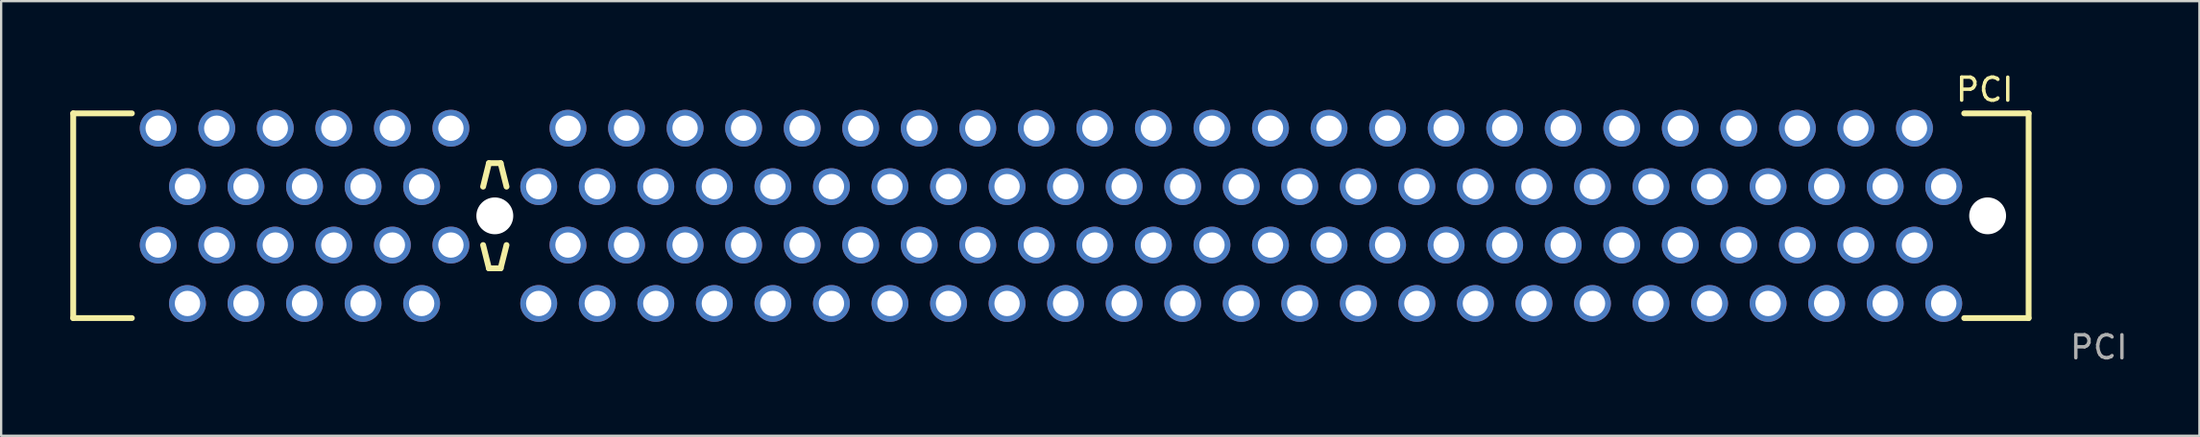
<source format=kicad_pcb>
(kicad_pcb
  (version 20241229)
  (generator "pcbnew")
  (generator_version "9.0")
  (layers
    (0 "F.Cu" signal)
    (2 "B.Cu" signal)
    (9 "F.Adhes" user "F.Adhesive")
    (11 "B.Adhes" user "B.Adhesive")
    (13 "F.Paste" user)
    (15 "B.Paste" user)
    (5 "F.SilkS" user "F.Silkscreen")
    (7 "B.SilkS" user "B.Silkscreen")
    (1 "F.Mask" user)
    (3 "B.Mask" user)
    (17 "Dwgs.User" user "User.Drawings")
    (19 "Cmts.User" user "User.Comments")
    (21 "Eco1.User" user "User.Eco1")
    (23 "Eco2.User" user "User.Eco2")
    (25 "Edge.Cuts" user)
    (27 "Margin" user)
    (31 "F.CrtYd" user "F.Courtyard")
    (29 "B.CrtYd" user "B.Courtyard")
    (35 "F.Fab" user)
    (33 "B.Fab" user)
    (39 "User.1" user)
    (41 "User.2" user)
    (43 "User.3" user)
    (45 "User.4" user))
  (footprint "PCI"
    (layer "F.Cu")
    (at 81.284 10.144)
    (property "Reference" "PCI" (at 1.778 -9.295 0) (unlocked yes) (layer "F.SilkS") (effects (font (size 1 1) (thickness 0.15))))
    (attr through_hole)
    (fp_line (start -81.157 0.635) (end -81.157 -8.265) (stroke (width 0.254) (type solid)) (layer "F.SilkS"))
    (fp_line (start -81.157 0.635) (end -78.613 0.635) (stroke (width 0.254) (type solid)) (layer "F.SilkS"))
    (fp_line (start -78.613 -8.265) (end -81.157 -8.265) (stroke (width 0.254) (type solid)) (layer "F.SilkS"))
    (fp_line (start -63.373 -2.54) (end -63.121 -1.529) (stroke (width 0.254) (type solid)) (layer "F.SilkS"))
    (fp_line (start -63.121 -6.101) (end -63.373 -5.08) (stroke (width 0.254) (type solid)) (layer "F.SilkS"))
    (fp_line (start -63.121 -6.101) (end -62.613 -6.101) (stroke (width 0.254) (type solid)) (layer "F.SilkS"))
    (fp_line (start -62.613 -1.529) (end -63.121 -1.529) (stroke (width 0.254) (type solid)) (layer "F.SilkS"))
    (fp_line (start -62.613 -1.529) (end -62.357 -2.54) (stroke (width 0.254) (type solid)) (layer "F.SilkS"))
    (fp_line (start -62.357 -5.08) (end -62.613 -6.101) (stroke (width 0.254) (type solid)) (layer "F.SilkS"))
    (fp_line (start 0.889 -8.265) (end 3.683 -8.265) (stroke (width 0.254) (type solid)) (layer "F.SilkS"))
    (fp_line (start 0.889 0.635) (end 3.683 0.635) (stroke (width 0.254) (type solid)) (layer "F.SilkS"))
    (fp_line (start 3.683 -8.265) (end 3.683 0.635) (stroke (width 0.254) (type solid)) (layer "F.SilkS"))
    (fp_text user "${REFERENCE}" (at 6.731 1.905 0) (unlocked yes) (layer "F.Fab") (effects (font (size 1 1) (thickness 0.15))))
    (pad "" np_thru_hole circle (at -62.865 -3.81) (size 1.6 1.6) (drill 2.47) (layers "*.Cu" "*.Mask"))
    (pad "" np_thru_hole circle (at 1.905 -3.81) (size 1.6 1.6) (drill 2.47) (layers "*.Cu" "*.Mask"))
    (pad "A1" thru_hole circle (at 0 0) (size 1.6 1.6) (drill 1.1) (layers "*.Cu" "*.Mask"))
    (pad "A2" thru_hole circle (at -1.27 -2.54) (size 1.6 1.6) (drill 1.1) (layers "*.Cu" "*.Mask"))
    (pad "A3" thru_hole circle (at -2.54 0) (size 1.6 1.6) (drill 1.1) (layers "*.Cu" "*.Mask"))
    (pad "A4" thru_hole circle (at -3.81 -2.54) (size 1.6 1.6) (drill 1.1) (layers "*.Cu" "*.Mask"))
    (pad "A5" thru_hole circle (at -5.08 0) (size 1.6 1.6) (drill 1.1) (layers "*.Cu" "*.Mask"))
    (pad "A6" thru_hole circle (at -6.35 -2.54) (size 1.6 1.6) (drill 1.1) (layers "*.Cu" "*.Mask"))
    (pad "A7" thru_hole circle (at -7.62 0) (size 1.6 1.6) (drill 1.1) (layers "*.Cu" "*.Mask"))
    (pad "A8" thru_hole circle (at -8.89 -2.54) (size 1.6 1.6) (drill 1.1) (layers "*.Cu" "*.Mask"))
    (pad "A9" thru_hole circle (at -10.16 0) (size 1.6 1.6) (drill 1.1) (layers "*.Cu" "*.Mask"))
    (pad "A10" thru_hole circle (at -11.43 -2.54) (size 1.6 1.6) (drill 1.1) (layers "*.Cu" "*.Mask"))
    (pad "A11" thru_hole circle (at -12.7 0) (size 1.6 1.6) (drill 1.1) (layers "*.Cu" "*.Mask"))
    (pad "A12" thru_hole circle (at -13.97 -2.54) (size 1.6 1.6) (drill 1.1) (layers "*.Cu" "*.Mask"))
    (pad "A13" thru_hole circle (at -15.24 0) (size 1.6 1.6) (drill 1.1) (layers "*.Cu" "*.Mask"))
    (pad "A14" thru_hole circle (at -16.51 -2.54) (size 1.6 1.6) (drill 1.1) (layers "*.Cu" "*.Mask"))
    (pad "A15" thru_hole circle (at -17.78 0) (size 1.6 1.6) (drill 1.1) (layers "*.Cu" "*.Mask"))
    (pad "A16" thru_hole circle (at -19.05 -2.54) (size 1.6 1.6) (drill 1.1) (layers "*.Cu" "*.Mask"))
    (pad "A17" thru_hole circle (at -20.32 0) (size 1.6 1.6) (drill 1.1) (layers "*.Cu" "*.Mask"))
    (pad "A18" thru_hole circle (at -21.59 -2.54) (size 1.6 1.6) (drill 1.1) (layers "*.Cu" "*.Mask"))
    (pad "A19" thru_hole circle (at -22.86 0) (size 1.6 1.6) (drill 1.1) (layers "*.Cu" "*.Mask"))
    (pad "A20" thru_hole circle (at -24.13 -2.54) (size 1.6 1.6) (drill 1.1) (layers "*.Cu" "*.Mask"))
    (pad "A21" thru_hole circle (at -25.4 0) (size 1.6 1.6) (drill 1.1) (layers "*.Cu" "*.Mask"))
    (pad "A22" thru_hole circle (at -26.67 -2.54) (size 1.6 1.6) (drill 1.1) (layers "*.Cu" "*.Mask"))
    (pad "A23" thru_hole circle (at -27.94 0) (size 1.6 1.6) (drill 1.1) (layers "*.Cu" "*.Mask"))
    (pad "A24" thru_hole circle (at -29.21 -2.54) (size 1.6 1.6) (drill 1.1) (layers "*.Cu" "*.Mask"))
    (pad "A25" thru_hole circle (at -30.48 0) (size 1.6 1.6) (drill 1.1) (layers "*.Cu" "*.Mask"))
    (pad "A26" thru_hole circle (at -31.75 -2.54) (size 1.6 1.6) (drill 1.1) (layers "*.Cu" "*.Mask"))
    (pad "A27" thru_hole circle (at -33.02 0) (size 1.6 1.6) (drill 1.1) (layers "*.Cu" "*.Mask"))
    (pad "A28" thru_hole circle (at -34.29 -2.54) (size 1.6 1.6) (drill 1.1) (layers "*.Cu" "*.Mask"))
    (pad "A29" thru_hole circle (at -35.56 0) (size 1.6 1.6) (drill 1.1) (layers "*.Cu" "*.Mask"))
    (pad "A30" thru_hole circle (at -36.83 -2.54) (size 1.6 1.6) (drill 1.1) (layers "*.Cu" "*.Mask"))
    (pad "A31" thru_hole circle (at -38.1 0) (size 1.6 1.6) (drill 1.1) (layers "*.Cu" "*.Mask"))
    (pad "A32" thru_hole circle (at -39.37 -2.54) (size 1.6 1.6) (drill 1.1) (layers "*.Cu" "*.Mask"))
    (pad "A33" thru_hole circle (at -40.64 0) (size 1.6 1.6) (drill 1.1) (layers "*.Cu" "*.Mask"))
    (pad "A34" thru_hole circle (at -41.91 -2.54) (size 1.6 1.6) (drill 1.1) (layers "*.Cu" "*.Mask"))
    (pad "A35" thru_hole circle (at -43.18 0) (size 1.6 1.6) (drill 1.1) (layers "*.Cu" "*.Mask"))
    (pad "A36" thru_hole circle (at -44.45 -2.54) (size 1.6 1.6) (drill 1.1) (layers "*.Cu" "*.Mask"))
    (pad "A37" thru_hole circle (at -45.72 0) (size 1.6 1.6) (drill 1.1) (layers "*.Cu" "*.Mask"))
    (pad "A38" thru_hole circle (at -46.99 -2.54) (size 1.6 1.6) (drill 1.1) (layers "*.Cu" "*.Mask"))
    (pad "A39" thru_hole circle (at -48.26 0) (size 1.6 1.6) (drill 1.1) (layers "*.Cu" "*.Mask"))
    (pad "A40" thru_hole circle (at -49.53 -2.54) (size 1.6 1.6) (drill 1.1) (layers "*.Cu" "*.Mask"))
    (pad "A41" thru_hole circle (at -50.8 0) (size 1.6 1.6) (drill 1.1) (layers "*.Cu" "*.Mask"))
    (pad "A42" thru_hole circle (at -52.07 -2.54) (size 1.6 1.6) (drill 1.1) (layers "*.Cu" "*.Mask"))
    (pad "A43" thru_hole circle (at -53.34 0) (size 1.6 1.6) (drill 1.1) (layers "*.Cu" "*.Mask"))
    (pad "A44" thru_hole circle (at -54.61 -2.54) (size 1.6 1.6) (drill 1.1) (layers "*.Cu" "*.Mask"))
    (pad "A45" thru_hole circle (at -55.88 0) (size 1.6 1.6) (drill 1.1) (layers "*.Cu" "*.Mask"))
    (pad "A46" thru_hole circle (at -57.15 -2.54) (size 1.6 1.6) (drill 1.1) (layers "*.Cu" "*.Mask"))
    (pad "A47" thru_hole circle (at -58.42 0) (size 1.6 1.6) (drill 1.1) (layers "*.Cu" "*.Mask"))
    (pad "A48" thru_hole circle (at -59.69 -2.54) (size 1.6 1.6) (drill 1.1) (layers "*.Cu" "*.Mask"))
    (pad "A49" thru_hole circle (at -60.96 0) (size 1.6 1.6) (drill 1.1) (layers "*.Cu" "*.Mask"))
    (pad "A52" thru_hole circle (at -64.77 -2.54) (size 1.6 1.6) (drill 1.1) (layers "*.Cu" "*.Mask"))
    (pad "A53" thru_hole circle (at -66.04 0) (size 1.6 1.6) (drill 1.1) (layers "*.Cu" "*.Mask"))
    (pad "A54" thru_hole circle (at -67.31 -2.54) (size 1.6 1.6) (drill 1.1) (layers "*.Cu" "*.Mask"))
    (pad "A55" thru_hole circle (at -68.58 0) (size 1.6 1.6) (drill 1.1) (layers "*.Cu" "*.Mask"))
    (pad "A56" thru_hole circle (at -69.85 -2.54) (size 1.6 1.6) (drill 1.1) (layers "*.Cu" "*.Mask"))
    (pad "A57" thru_hole circle (at -71.12 0) (size 1.6 1.6) (drill 1.1) (layers "*.Cu" "*.Mask"))
    (pad "A58" thru_hole circle (at -72.39 -2.54) (size 1.6 1.6) (drill 1.1) (layers "*.Cu" "*.Mask"))
    (pad "A59" thru_hole circle (at -73.66 0) (size 1.6 1.6) (drill 1.1) (layers "*.Cu" "*.Mask"))
    (pad "A60" thru_hole circle (at -74.93 -2.54) (size 1.6 1.6) (drill 1.1) (layers "*.Cu" "*.Mask"))
    (pad "A61" thru_hole circle (at -76.2 0) (size 1.6 1.6) (drill 1.1) (layers "*.Cu" "*.Mask"))
    (pad "A62" thru_hole circle (at -77.47 -2.54) (size 1.6 1.6) (drill 1.1) (layers "*.Cu" "*.Mask"))
    (pad "B1" thru_hole circle (at 0 -5.08) (size 1.6 1.6) (drill 1.1) (layers "*.Cu" "*.Mask"))
    (pad "B2" thru_hole circle (at -1.27 -7.62) (size 1.6 1.6) (drill 1.1) (layers "*.Cu" "*.Mask"))
    (pad "B3" thru_hole circle (at -2.54 -5.08) (size 1.6 1.6) (drill 1.1) (layers "*.Cu" "*.Mask"))
    (pad "B4" thru_hole circle (at -3.81 -7.62) (size 1.6 1.6) (drill 1.1) (layers "*.Cu" "*.Mask"))
    (pad "B5" thru_hole circle (at -5.08 -5.08) (size 1.6 1.6) (drill 1.1) (layers "*.Cu" "*.Mask"))
    (pad "B6" thru_hole circle (at -6.35 -7.62) (size 1.6 1.6) (drill 1.1) (layers "*.Cu" "*.Mask"))
    (pad "B7" thru_hole circle (at -7.62 -5.08) (size 1.6 1.6) (drill 1.1) (layers "*.Cu" "*.Mask"))
    (pad "B8" thru_hole circle (at -8.89 -7.62) (size 1.6 1.6) (drill 1.1) (layers "*.Cu" "*.Mask"))
    (pad "B9" thru_hole circle (at -10.16 -5.08) (size 1.6 1.6) (drill 1.1) (layers "*.Cu" "*.Mask"))
    (pad "B10" thru_hole circle (at -11.43 -7.62) (size 1.6 1.6) (drill 1.1) (layers "*.Cu" "*.Mask"))
    (pad "B11" thru_hole circle (at -12.7 -5.08) (size 1.6 1.6) (drill 1.1) (layers "*.Cu" "*.Mask"))
    (pad "B12" thru_hole circle (at -13.97 -7.62) (size 1.6 1.6) (drill 1.1) (layers "*.Cu" "*.Mask"))
    (pad "B13" thru_hole circle (at -15.24 -5.08) (size 1.6 1.6) (drill 1.1) (layers "*.Cu" "*.Mask"))
    (pad "B14" thru_hole circle (at -16.51 -7.62) (size 1.6 1.6) (drill 1.1) (layers "*.Cu" "*.Mask"))
    (pad "B15" thru_hole circle (at -17.78 -5.08) (size 1.6 1.6) (drill 1.1) (layers "*.Cu" "*.Mask"))
    (pad "B16" thru_hole circle (at -19.05 -7.62) (size 1.6 1.6) (drill 1.1) (layers "*.Cu" "*.Mask"))
    (pad "B17" thru_hole circle (at -20.32 -5.08) (size 1.6 1.6) (drill 1.1) (layers "*.Cu" "*.Mask"))
    (pad "B18" thru_hole circle (at -21.59 -7.62) (size 1.6 1.6) (drill 1.1) (layers "*.Cu" "*.Mask"))
    (pad "B19" thru_hole circle (at -22.86 -5.08) (size 1.6 1.6) (drill 1.1) (layers "*.Cu" "*.Mask"))
    (pad "B20" thru_hole circle (at -24.13 -7.62) (size 1.6 1.6) (drill 1.1) (layers "*.Cu" "*.Mask"))
    (pad "B21" thru_hole circle (at -25.4 -5.08) (size 1.6 1.6) (drill 1.1) (layers "*.Cu" "*.Mask"))
    (pad "B22" thru_hole circle (at -26.67 -7.62) (size 1.6 1.6) (drill 1.1) (layers "*.Cu" "*.Mask"))
    (pad "B23" thru_hole circle (at -27.94 -5.08) (size 1.6 1.6) (drill 1.1) (layers "*.Cu" "*.Mask"))
    (pad "B24" thru_hole circle (at -29.21 -7.62) (size 1.6 1.6) (drill 1.1) (layers "*.Cu" "*.Mask"))
    (pad "B25" thru_hole circle (at -30.48 -5.08) (size 1.6 1.6) (drill 1.1) (layers "*.Cu" "*.Mask"))
    (pad "B26" thru_hole circle (at -31.75 -7.62) (size 1.6 1.6) (drill 1.1) (layers "*.Cu" "*.Mask"))
    (pad "B27" thru_hole circle (at -33.02 -5.08) (size 1.6 1.6) (drill 1.1) (layers "*.Cu" "*.Mask"))
    (pad "B28" thru_hole circle (at -34.29 -7.62) (size 1.6 1.6) (drill 1.1) (layers "*.Cu" "*.Mask"))
    (pad "B29" thru_hole circle (at -35.56 -5.08) (size 1.6 1.6) (drill 1.1) (layers "*.Cu" "*.Mask"))
    (pad "B30" thru_hole circle (at -36.83 -7.62) (size 1.6 1.6) (drill 1.1) (layers "*.Cu" "*.Mask"))
    (pad "B31" thru_hole circle (at -38.1 -5.08) (size 1.6 1.6) (drill 1.1) (layers "*.Cu" "*.Mask"))
    (pad "B32" thru_hole circle (at -39.37 -7.62) (size 1.6 1.6) (drill 1.1) (layers "*.Cu" "*.Mask"))
    (pad "B33" thru_hole circle (at -40.64 -5.08) (size 1.6 1.6) (drill 1.1) (layers "*.Cu" "*.Mask"))
    (pad "B34" thru_hole circle (at -41.91 -7.62) (size 1.6 1.6) (drill 1.1) (layers "*.Cu" "*.Mask"))
    (pad "B35" thru_hole circle (at -43.18 -5.08) (size 1.6 1.6) (drill 1.1) (layers "*.Cu" "*.Mask"))
    (pad "B36" thru_hole circle (at -44.45 -7.62) (size 1.6 1.6) (drill 1.1) (layers "*.Cu" "*.Mask"))
    (pad "B37" thru_hole circle (at -45.72 -5.08) (size 1.6 1.6) (drill 1.1) (layers "*.Cu" "*.Mask"))
    (pad "B38" thru_hole circle (at -46.99 -7.62) (size 1.6 1.6) (drill 1.1) (layers "*.Cu" "*.Mask"))
    (pad "B39" thru_hole circle (at -48.26 -5.08) (size 1.6 1.6) (drill 1.1) (layers "*.Cu" "*.Mask"))
    (pad "B40" thru_hole circle (at -49.53 -7.62) (size 1.6 1.6) (drill 1.1) (layers "*.Cu" "*.Mask"))
    (pad "B41" thru_hole circle (at -50.8 -5.08) (size 1.6 1.6) (drill 1.1) (layers "*.Cu" "*.Mask"))
    (pad "B42" thru_hole circle (at -52.07 -7.62) (size 1.6 1.6) (drill 1.1) (layers "*.Cu" "*.Mask"))
    (pad "B43" thru_hole circle (at -53.34 -5.08) (size 1.6 1.6) (drill 1.1) (layers "*.Cu" "*.Mask"))
    (pad "B44" thru_hole circle (at -54.61 -7.62) (size 1.6 1.6) (drill 1.1) (layers "*.Cu" "*.Mask"))
    (pad "B45" thru_hole circle (at -55.88 -5.08) (size 1.6 1.6) (drill 1.1) (layers "*.Cu" "*.Mask"))
    (pad "B46" thru_hole circle (at -57.15 -7.62) (size 1.6 1.6) (drill 1.1) (layers "*.Cu" "*.Mask"))
    (pad "B47" thru_hole circle (at -58.42 -5.08) (size 1.6 1.6) (drill 1.1) (layers "*.Cu" "*.Mask"))
    (pad "B48" thru_hole circle (at -59.69 -7.62) (size 1.6 1.6) (drill 1.1) (layers "*.Cu" "*.Mask"))
    (pad "B49" thru_hole circle (at -60.96 -5.08) (size 1.6 1.6) (drill 1.1) (layers "*.Cu" "*.Mask"))
    (pad "B52" thru_hole circle (at -64.77 -7.62) (size 1.6 1.6) (drill 1.1) (layers "*.Cu" "*.Mask"))
    (pad "B53" thru_hole circle (at -66.04 -5.08) (size 1.6 1.6) (drill 1.1) (layers "*.Cu" "*.Mask"))
    (pad "B54" thru_hole circle (at -67.31 -7.62) (size 1.6 1.6) (drill 1.1) (layers "*.Cu" "*.Mask"))
    (pad "B55" thru_hole circle (at -68.58 -5.08) (size 1.6 1.6) (drill 1.1) (layers "*.Cu" "*.Mask"))
    (pad "B56" thru_hole circle (at -69.85 -7.62) (size 1.6 1.6) (drill 1.1) (layers "*.Cu" "*.Mask"))
    (pad "B57" thru_hole circle (at -71.12 -5.08) (size 1.6 1.6) (drill 1.1) (layers "*.Cu" "*.Mask"))
    (pad "B58" thru_hole circle (at -72.39 -7.62) (size 1.6 1.6) (drill 1.1) (layers "*.Cu" "*.Mask"))
    (pad "B59" thru_hole circle (at -73.66 -5.08) (size 1.6 1.6) (drill 1.1) (layers "*.Cu" "*.Mask"))
    (pad "B60" thru_hole circle (at -74.93 -7.62) (size 1.6 1.6) (drill 1.1) (layers "*.Cu" "*.Mask"))
    (pad "B61" thru_hole circle (at -76.2 -5.08) (size 1.6 1.6) (drill 1.1) (layers "*.Cu" "*.Mask"))
    (pad "B62" thru_hole circle (at -77.47 -7.62) (size 1.6 1.6) (drill 1.1) (layers "*.Cu" "*.Mask")))
  (gr_rect
    (start -3 -3)
    (end 92.378 15.897)
    (stroke (width 0.1) (type default))
    (fill no)
    (layer "Edge.Cuts")))
</source>
